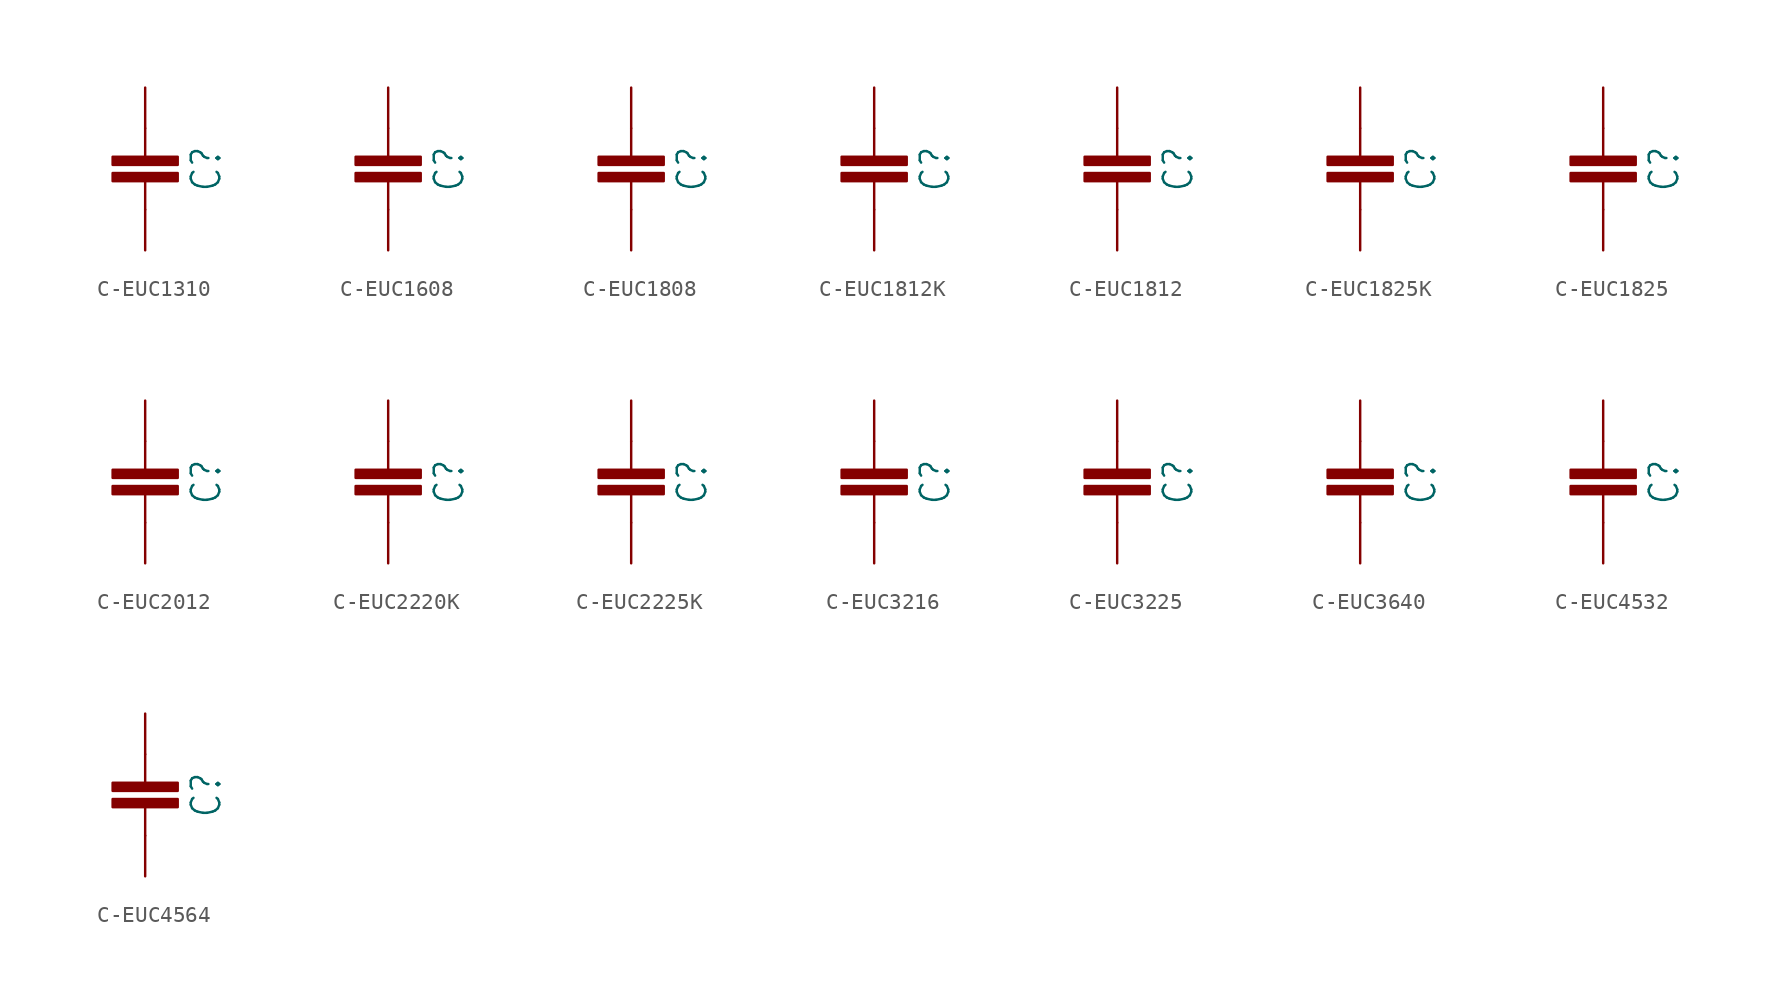
<source format=kicad_sym>
(kicad_symbol_lib
  (version 20231120)
  (generator "kicad_symbol_editor")
  (generator_version "8.0")
  (symbol "C-EUC1310"
    (property "Reference" "C"
      (at 3.81 0 90)
      (effects (font (size 1.778 1.511))))
    (property "Value" ""
      (at -3.81 0 90)
      (effects (font (size 1.778 1.511))))
    (property "ki_locked" ""
      (at 0 0 0)
      (effects (font (size 1.27 1.27))))
    (symbol "C-EUC1310_1_0"
      (rectangle (start -2.032 -0.762) (end 2.032 -0.254) (stroke (width 0) (type default)) (fill (type outline)))
      (rectangle (start -2.032 0.254) (end 2.032 0.762) (stroke (width 0) (type default)) (fill (type outline)))
      (polyline (pts (xy 0 -2.54) (xy 0 -0.762)) (stroke (width 0.152) (type solid)) (fill (type none)))
      (polyline (pts (xy 0 2.54) (xy 0 0.762)) (stroke (width 0.152) (type solid)) (fill (type none)))
      (pin passive line (at 0 5.08 270) (length 2.54) (name "1" (effects (font (size 0 0)))) (number "1" (effects (font (size 0 0)))))
      (pin passive line (at 0 -5.08 90) (length 2.54) (name "2" (effects (font (size 0 0)))) (number "2" (effects (font (size 0 0)))))))
  (symbol "C-EUC1608"
    (property "Reference" "C"
      (at 3.81 0 90)
      (effects (font (size 1.778 1.511))))
    (property "Value" ""
      (at -3.81 0 90)
      (effects (font (size 1.778 1.511))))
    (property "ki_locked" ""
      (at 0 0 0)
      (effects (font (size 1.27 1.27))))
    (symbol "C-EUC1608_1_0"
      (rectangle (start -2.032 -0.762) (end 2.032 -0.254) (stroke (width 0) (type default)) (fill (type outline)))
      (rectangle (start -2.032 0.254) (end 2.032 0.762) (stroke (width 0) (type default)) (fill (type outline)))
      (polyline (pts (xy 0 -2.54) (xy 0 -0.762)) (stroke (width 0.152) (type solid)) (fill (type none)))
      (polyline (pts (xy 0 2.54) (xy 0 0.762)) (stroke (width 0.152) (type solid)) (fill (type none)))
      (pin passive line (at 0 5.08 270) (length 2.54) (name "1" (effects (font (size 0 0)))) (number "1" (effects (font (size 0 0)))))
      (pin passive line (at 0 -5.08 90) (length 2.54) (name "2" (effects (font (size 0 0)))) (number "2" (effects (font (size 0 0)))))))
  (symbol "C-EUC1808"
    (property "Reference" "C"
      (at 3.81 0 90)
      (effects (font (size 1.778 1.511))))
    (property "Value" ""
      (at -3.81 0 90)
      (effects (font (size 1.778 1.511))))
    (property "ki_locked" ""
      (at 0 0 0)
      (effects (font (size 1.27 1.27))))
    (symbol "C-EUC1808_1_0"
      (rectangle (start -2.032 -0.762) (end 2.032 -0.254) (stroke (width 0) (type default)) (fill (type outline)))
      (rectangle (start -2.032 0.254) (end 2.032 0.762) (stroke (width 0) (type default)) (fill (type outline)))
      (polyline (pts (xy 0 -2.54) (xy 0 -0.762)) (stroke (width 0.152) (type solid)) (fill (type none)))
      (polyline (pts (xy 0 2.54) (xy 0 0.762)) (stroke (width 0.152) (type solid)) (fill (type none)))
      (pin passive line (at 0 5.08 270) (length 2.54) (name "1" (effects (font (size 0 0)))) (number "1" (effects (font (size 0 0)))))
      (pin passive line (at 0 -5.08 90) (length 2.54) (name "2" (effects (font (size 0 0)))) (number "2" (effects (font (size 0 0)))))))
  (symbol "C-EUC1812K"
    (property "Reference" "C"
      (at 3.81 0 90)
      (effects (font (size 1.778 1.511))))
    (property "Value" ""
      (at -3.81 0 90)
      (effects (font (size 1.778 1.511))))
    (property "ki_locked" ""
      (at 0 0 0)
      (effects (font (size 1.27 1.27))))
    (symbol "C-EUC1812K_1_0"
      (rectangle (start -2.032 -0.762) (end 2.032 -0.254) (stroke (width 0) (type default)) (fill (type outline)))
      (rectangle (start -2.032 0.254) (end 2.032 0.762) (stroke (width 0) (type default)) (fill (type outline)))
      (polyline (pts (xy 0 -2.54) (xy 0 -0.762)) (stroke (width 0.152) (type solid)) (fill (type none)))
      (polyline (pts (xy 0 2.54) (xy 0 0.762)) (stroke (width 0.152) (type solid)) (fill (type none)))
      (pin passive line (at 0 5.08 270) (length 2.54) (name "1" (effects (font (size 0 0)))) (number "1" (effects (font (size 0 0)))))
      (pin passive line (at 0 -5.08 90) (length 2.54) (name "2" (effects (font (size 0 0)))) (number "2" (effects (font (size 0 0)))))))
  (symbol "C-EUC1812"
    (property "Reference" "C"
      (at 3.81 0 90)
      (effects (font (size 1.778 1.511))))
    (property "Value" ""
      (at -3.81 0 90)
      (effects (font (size 1.778 1.511))))
    (property "ki_locked" ""
      (at 0 0 0)
      (effects (font (size 1.27 1.27))))
    (symbol "C-EUC1812_1_0"
      (rectangle (start -2.032 -0.762) (end 2.032 -0.254) (stroke (width 0) (type default)) (fill (type outline)))
      (rectangle (start -2.032 0.254) (end 2.032 0.762) (stroke (width 0) (type default)) (fill (type outline)))
      (polyline (pts (xy 0 -2.54) (xy 0 -0.762)) (stroke (width 0.152) (type solid)) (fill (type none)))
      (polyline (pts (xy 0 2.54) (xy 0 0.762)) (stroke (width 0.152) (type solid)) (fill (type none)))
      (pin passive line (at 0 5.08 270) (length 2.54) (name "1" (effects (font (size 0 0)))) (number "1" (effects (font (size 0 0)))))
      (pin passive line (at 0 -5.08 90) (length 2.54) (name "2" (effects (font (size 0 0)))) (number "2" (effects (font (size 0 0)))))))
  (symbol "C-EUC1825K"
    (property "Reference" "C"
      (at 3.81 0 90)
      (effects (font (size 1.778 1.511))))
    (property "Value" ""
      (at -3.81 0 90)
      (effects (font (size 1.778 1.511))))
    (property "ki_locked" ""
      (at 0 0 0)
      (effects (font (size 1.27 1.27))))
    (symbol "C-EUC1825K_1_0"
      (rectangle (start -2.032 -0.762) (end 2.032 -0.254) (stroke (width 0) (type default)) (fill (type outline)))
      (rectangle (start -2.032 0.254) (end 2.032 0.762) (stroke (width 0) (type default)) (fill (type outline)))
      (polyline (pts (xy 0 -2.54) (xy 0 -0.762)) (stroke (width 0.152) (type solid)) (fill (type none)))
      (polyline (pts (xy 0 2.54) (xy 0 0.762)) (stroke (width 0.152) (type solid)) (fill (type none)))
      (pin passive line (at 0 5.08 270) (length 2.54) (name "1" (effects (font (size 0 0)))) (number "1" (effects (font (size 0 0)))))
      (pin passive line (at 0 -5.08 90) (length 2.54) (name "2" (effects (font (size 0 0)))) (number "2" (effects (font (size 0 0)))))))
  (symbol "C-EUC1825"
    (property "Reference" "C"
      (at 3.81 0 90)
      (effects (font (size 1.778 1.511))))
    (property "Value" ""
      (at -3.81 0 90)
      (effects (font (size 1.778 1.511))))
    (property "ki_locked" ""
      (at 0 0 0)
      (effects (font (size 1.27 1.27))))
    (symbol "C-EUC1825_1_0"
      (rectangle (start -2.032 -0.762) (end 2.032 -0.254) (stroke (width 0) (type default)) (fill (type outline)))
      (rectangle (start -2.032 0.254) (end 2.032 0.762) (stroke (width 0) (type default)) (fill (type outline)))
      (polyline (pts (xy 0 -2.54) (xy 0 -0.762)) (stroke (width 0.152) (type solid)) (fill (type none)))
      (polyline (pts (xy 0 2.54) (xy 0 0.762)) (stroke (width 0.152) (type solid)) (fill (type none)))
      (pin passive line (at 0 5.08 270) (length 2.54) (name "1" (effects (font (size 0 0)))) (number "1" (effects (font (size 0 0)))))
      (pin passive line (at 0 -5.08 90) (length 2.54) (name "2" (effects (font (size 0 0)))) (number "2" (effects (font (size 0 0)))))))
  (symbol "C-EUC2012"
    (property "Reference" "C"
      (at 3.81 0 90)
      (effects (font (size 1.778 1.511))))
    (property "Value" ""
      (at -3.81 0 90)
      (effects (font (size 1.778 1.511))))
    (property "ki_locked" ""
      (at 0 0 0)
      (effects (font (size 1.27 1.27))))
    (symbol "C-EUC2012_1_0"
      (rectangle (start -2.032 -0.762) (end 2.032 -0.254) (stroke (width 0) (type default)) (fill (type outline)))
      (rectangle (start -2.032 0.254) (end 2.032 0.762) (stroke (width 0) (type default)) (fill (type outline)))
      (polyline (pts (xy 0 -2.54) (xy 0 -0.762)) (stroke (width 0.152) (type solid)) (fill (type none)))
      (polyline (pts (xy 0 2.54) (xy 0 0.762)) (stroke (width 0.152) (type solid)) (fill (type none)))
      (pin passive line (at 0 5.08 270) (length 2.54) (name "1" (effects (font (size 0 0)))) (number "1" (effects (font (size 0 0)))))
      (pin passive line (at 0 -5.08 90) (length 2.54) (name "2" (effects (font (size 0 0)))) (number "2" (effects (font (size 0 0)))))))
  (symbol "C-EUC2220K"
    (property "Reference" "C"
      (at 3.81 0 90)
      (effects (font (size 1.778 1.511))))
    (property "Value" ""
      (at -3.81 0 90)
      (effects (font (size 1.778 1.511))))
    (property "ki_locked" ""
      (at 0 0 0)
      (effects (font (size 1.27 1.27))))
    (symbol "C-EUC2220K_1_0"
      (rectangle (start -2.032 -0.762) (end 2.032 -0.254) (stroke (width 0) (type default)) (fill (type outline)))
      (rectangle (start -2.032 0.254) (end 2.032 0.762) (stroke (width 0) (type default)) (fill (type outline)))
      (polyline (pts (xy 0 -2.54) (xy 0 -0.762)) (stroke (width 0.152) (type solid)) (fill (type none)))
      (polyline (pts (xy 0 2.54) (xy 0 0.762)) (stroke (width 0.152) (type solid)) (fill (type none)))
      (pin passive line (at 0 5.08 270) (length 2.54) (name "1" (effects (font (size 0 0)))) (number "1" (effects (font (size 0 0)))))
      (pin passive line (at 0 -5.08 90) (length 2.54) (name "2" (effects (font (size 0 0)))) (number "2" (effects (font (size 0 0)))))))
  (symbol "C-EUC2225K"
    (property "Reference" "C"
      (at 3.81 0 90)
      (effects (font (size 1.778 1.511))))
    (property "Value" ""
      (at -3.81 0 90)
      (effects (font (size 1.778 1.511))))
    (property "ki_locked" ""
      (at 0 0 0)
      (effects (font (size 1.27 1.27))))
    (symbol "C-EUC2225K_1_0"
      (rectangle (start -2.032 -0.762) (end 2.032 -0.254) (stroke (width 0) (type default)) (fill (type outline)))
      (rectangle (start -2.032 0.254) (end 2.032 0.762) (stroke (width 0) (type default)) (fill (type outline)))
      (polyline (pts (xy 0 -2.54) (xy 0 -0.762)) (stroke (width 0.152) (type solid)) (fill (type none)))
      (polyline (pts (xy 0 2.54) (xy 0 0.762)) (stroke (width 0.152) (type solid)) (fill (type none)))
      (pin passive line (at 0 5.08 270) (length 2.54) (name "1" (effects (font (size 0 0)))) (number "1" (effects (font (size 0 0)))))
      (pin passive line (at 0 -5.08 90) (length 2.54) (name "2" (effects (font (size 0 0)))) (number "2" (effects (font (size 0 0)))))))
  (symbol "C-EUC3216"
    (property "Reference" "C"
      (at 3.81 0 90)
      (effects (font (size 1.778 1.511))))
    (property "Value" ""
      (at -3.81 0 90)
      (effects (font (size 1.778 1.511))))
    (property "ki_locked" ""
      (at 0 0 0)
      (effects (font (size 1.27 1.27))))
    (symbol "C-EUC3216_1_0"
      (rectangle (start -2.032 -0.762) (end 2.032 -0.254) (stroke (width 0) (type default)) (fill (type outline)))
      (rectangle (start -2.032 0.254) (end 2.032 0.762) (stroke (width 0) (type default)) (fill (type outline)))
      (polyline (pts (xy 0 -2.54) (xy 0 -0.762)) (stroke (width 0.152) (type solid)) (fill (type none)))
      (polyline (pts (xy 0 2.54) (xy 0 0.762)) (stroke (width 0.152) (type solid)) (fill (type none)))
      (pin passive line (at 0 5.08 270) (length 2.54) (name "1" (effects (font (size 0 0)))) (number "1" (effects (font (size 0 0)))))
      (pin passive line (at 0 -5.08 90) (length 2.54) (name "2" (effects (font (size 0 0)))) (number "2" (effects (font (size 0 0)))))))
  (symbol "C-EUC3225"
    (property "Reference" "C"
      (at 3.81 0 90)
      (effects (font (size 1.778 1.511))))
    (property "Value" ""
      (at -3.81 0 90)
      (effects (font (size 1.778 1.511))))
    (property "ki_locked" ""
      (at 0 0 0)
      (effects (font (size 1.27 1.27))))
    (symbol "C-EUC3225_1_0"
      (rectangle (start -2.032 -0.762) (end 2.032 -0.254) (stroke (width 0) (type default)) (fill (type outline)))
      (rectangle (start -2.032 0.254) (end 2.032 0.762) (stroke (width 0) (type default)) (fill (type outline)))
      (polyline (pts (xy 0 -2.54) (xy 0 -0.762)) (stroke (width 0.152) (type solid)) (fill (type none)))
      (polyline (pts (xy 0 2.54) (xy 0 0.762)) (stroke (width 0.152) (type solid)) (fill (type none)))
      (pin passive line (at 0 5.08 270) (length 2.54) (name "1" (effects (font (size 0 0)))) (number "1" (effects (font (size 0 0)))))
      (pin passive line (at 0 -5.08 90) (length 2.54) (name "2" (effects (font (size 0 0)))) (number "2" (effects (font (size 0 0)))))))
  (symbol "C-EUC3640"
    (property "Reference" "C"
      (at 3.81 0 90)
      (effects (font (size 1.778 1.511))))
    (property "Value" ""
      (at -3.81 0 90)
      (effects (font (size 1.778 1.511))))
    (property "ki_locked" ""
      (at 0 0 0)
      (effects (font (size 1.27 1.27))))
    (symbol "C-EUC3640_1_0"
      (rectangle (start -2.032 -0.762) (end 2.032 -0.254) (stroke (width 0) (type default)) (fill (type outline)))
      (rectangle (start -2.032 0.254) (end 2.032 0.762) (stroke (width 0) (type default)) (fill (type outline)))
      (polyline (pts (xy 0 -2.54) (xy 0 -0.762)) (stroke (width 0.152) (type solid)) (fill (type none)))
      (polyline (pts (xy 0 2.54) (xy 0 0.762)) (stroke (width 0.152) (type solid)) (fill (type none)))
      (pin passive line (at 0 5.08 270) (length 2.54) (name "1" (effects (font (size 0 0)))) (number "1" (effects (font (size 0 0)))))
      (pin passive line (at 0 -5.08 90) (length 2.54) (name "2" (effects (font (size 0 0)))) (number "2" (effects (font (size 0 0)))))))
  (symbol "C-EUC4532"
    (property "Reference" "C"
      (at 3.81 0 90)
      (effects (font (size 1.778 1.511))))
    (property "Value" ""
      (at -3.81 0 90)
      (effects (font (size 1.778 1.511))))
    (property "ki_locked" ""
      (at 0 0 0)
      (effects (font (size 1.27 1.27))))
    (symbol "C-EUC4532_1_0"
      (rectangle (start -2.032 -0.762) (end 2.032 -0.254) (stroke (width 0) (type default)) (fill (type outline)))
      (rectangle (start -2.032 0.254) (end 2.032 0.762) (stroke (width 0) (type default)) (fill (type outline)))
      (polyline (pts (xy 0 -2.54) (xy 0 -0.762)) (stroke (width 0.152) (type solid)) (fill (type none)))
      (polyline (pts (xy 0 2.54) (xy 0 0.762)) (stroke (width 0.152) (type solid)) (fill (type none)))
      (pin passive line (at 0 5.08 270) (length 2.54) (name "1" (effects (font (size 0 0)))) (number "1" (effects (font (size 0 0)))))
      (pin passive line (at 0 -5.08 90) (length 2.54) (name "2" (effects (font (size 0 0)))) (number "2" (effects (font (size 0 0)))))))
  (symbol "C-EUC4564"
    (property "Reference" "C"
      (at 3.81 0 90)
      (effects (font (size 1.778 1.511))))
    (property "Value" ""
      (at -3.81 0 90)
      (effects (font (size 1.778 1.511))))
    (property "ki_locked" ""
      (at 0 0 0)
      (effects (font (size 1.27 1.27))))
    (symbol "C-EUC4564_1_0"
      (rectangle (start -2.032 -0.762) (end 2.032 -0.254) (stroke (width 0) (type default)) (fill (type outline)))
      (rectangle (start -2.032 0.254) (end 2.032 0.762) (stroke (width 0) (type default)) (fill (type outline)))
      (polyline (pts (xy 0 -2.54) (xy 0 -0.762)) (stroke (width 0.152) (type solid)) (fill (type none)))
      (polyline (pts (xy 0 2.54) (xy 0 0.762)) (stroke (width 0.152) (type solid)) (fill (type none)))
      (pin passive line (at 0 5.08 270) (length 2.54) (name "1" (effects (font (size 0 0)))) (number "1" (effects (font (size 0 0)))))
      (pin passive line (at 0 -5.08 90) (length 2.54) (name "2" (effects (font (size 0 0)))) (number "2" (effects (font (size 0 0))))))))
</source>
